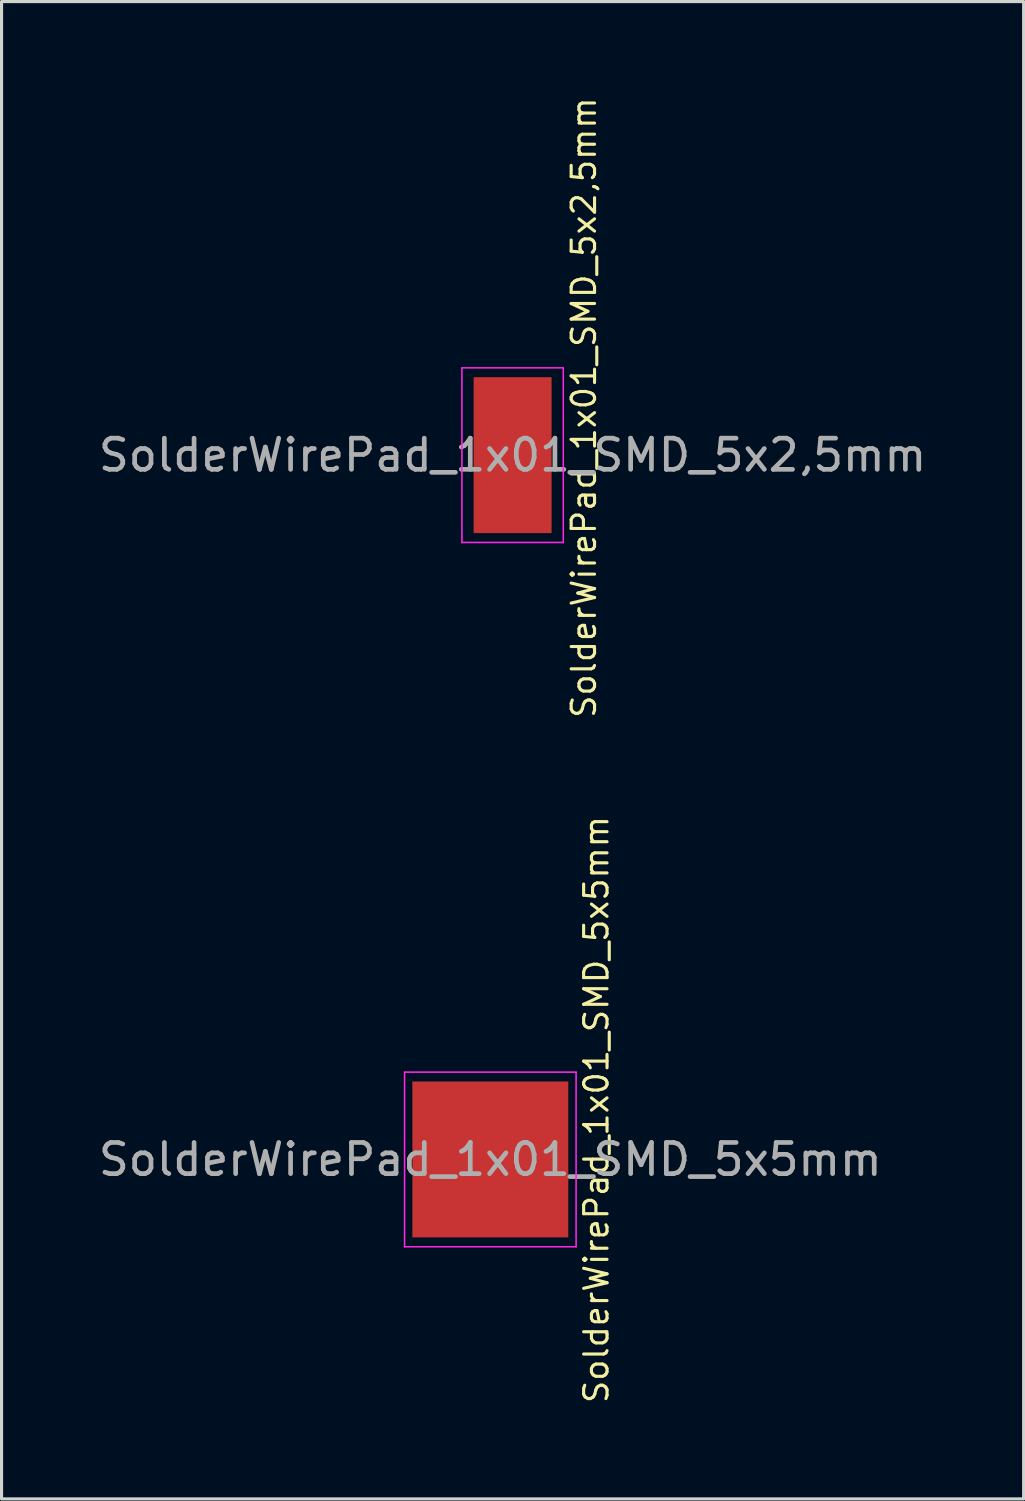
<source format=kicad_pcb>
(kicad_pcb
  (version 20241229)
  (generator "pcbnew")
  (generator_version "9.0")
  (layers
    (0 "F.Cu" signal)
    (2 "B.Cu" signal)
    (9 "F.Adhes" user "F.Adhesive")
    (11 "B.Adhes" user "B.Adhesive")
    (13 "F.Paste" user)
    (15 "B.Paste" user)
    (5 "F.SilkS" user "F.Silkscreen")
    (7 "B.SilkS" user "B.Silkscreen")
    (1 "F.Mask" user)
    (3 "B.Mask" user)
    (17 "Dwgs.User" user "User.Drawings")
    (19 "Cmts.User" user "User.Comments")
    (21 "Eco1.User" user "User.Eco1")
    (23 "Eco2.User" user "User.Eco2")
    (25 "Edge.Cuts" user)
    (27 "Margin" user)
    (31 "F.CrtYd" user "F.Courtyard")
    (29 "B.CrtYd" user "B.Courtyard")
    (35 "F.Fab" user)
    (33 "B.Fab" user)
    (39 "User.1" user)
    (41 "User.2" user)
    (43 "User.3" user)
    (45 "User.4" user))
  (footprint "SolderWirePad_1x01_SMD_5x2,5mm"
    (layer "F.Cu")
    (at 13.387 11.545)
    (property "Reference" "SolderWirePad_1x01_SMD_5x2,5mm" (at 2.286 -1.524 90) (layer "F.SilkS") (effects (font (size 0.75 0.75) (thickness 0.1))))
    (attr through_hole)
    (fp_line (start -1.625 -2.8) (end -1.625 2.8) (stroke (width 0.05) (type solid)) (layer "F.CrtYd"))
    (fp_line (start -1.625 2.8) (end 1.625 2.8) (stroke (width 0.05) (type solid)) (layer "F.CrtYd"))
    (fp_line (start 1.625 -2.8) (end -1.625 -2.8) (stroke (width 0.05) (type solid)) (layer "F.CrtYd"))
    (fp_line (start 1.625 2.8) (end 1.625 -2.8) (stroke (width 0.05) (type solid)) (layer "F.CrtYd"))
    (fp_text user "${REFERENCE}" (at 0 0 0) (layer "F.Fab") (effects (font (size 1 1) (thickness 0.15))))
    (pad "1" smd rect (at 0 0) (size 2.5 5) (layers "F.Cu" "F.Mask" "F.Paste")))
  (footprint "SolderWirePad_1x01_SMD_5x5mm"
    (layer "F.Cu")
    (at 12.673 34.129)
    (property "Reference" "SolderWirePad_1x01_SMD_5x5mm" (at 3.4 -1.6 90) (layer "F.SilkS") (effects (font (size 0.75 0.75) (thickness 0.1))))
    (attr through_hole)
    (fp_line (start -2.75 -2.8) (end -2.75 2.8) (stroke (width 0.05) (type solid)) (layer "F.CrtYd"))
    (fp_line (start -2.75 2.8) (end 2.75 2.8) (stroke (width 0.05) (type solid)) (layer "F.CrtYd"))
    (fp_line (start 2.75 -2.8) (end -2.75 -2.8) (stroke (width 0.05) (type solid)) (layer "F.CrtYd"))
    (fp_line (start 2.75 2.8) (end 2.75 -2.8) (stroke (width 0.05) (type solid)) (layer "F.CrtYd"))
    (fp_text user "${REFERENCE}" (at 0 0 0) (layer "F.Fab") (effects (font (size 1 1) (thickness 0.15))))
    (pad "1" smd rect (at 0 0) (size 5 5) (layers "F.Cu" "F.Mask" "F.Paste")))
  (gr_rect
    (start -3 -3)
    (end 29.774 45.014)
    (stroke (width 0.1) (type default))
    (fill no)
    (layer "Edge.Cuts")))
</source>
